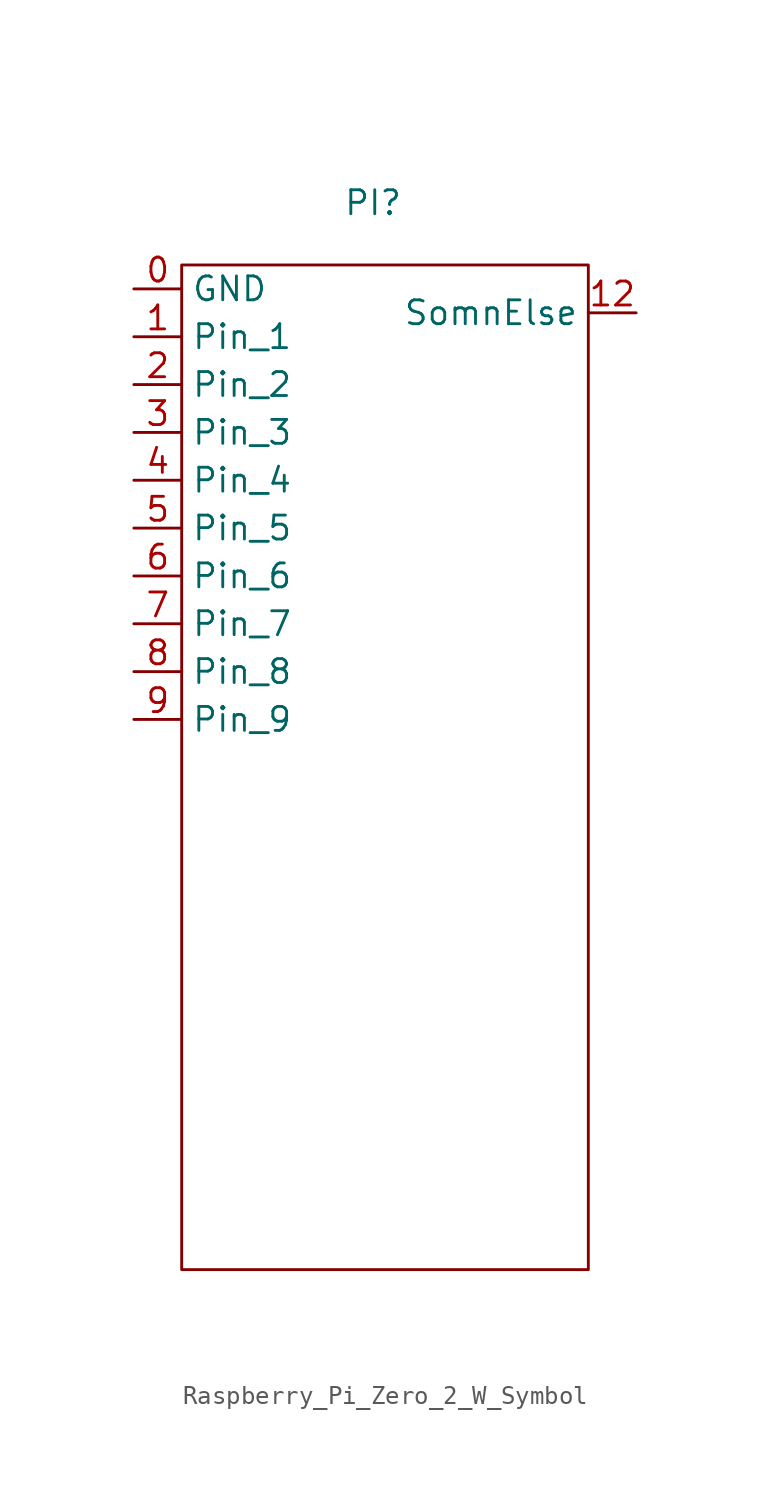
<source format=kicad_sym>
(kicad_symbol_lib
  (version 20231120)
  (generator "kicad_symbol_editor")
  (generator_version "8.0")
  (symbol "Raspberry_Pi_Zero_2_W_Symbol"
    (property "Reference" "PI"
      (at 0 21.082 0)
      (effects (font (size 1.27 1.27))))
    (property "Value" ""
      (at 0 0 0)
      (effects (font (size 1.27 1.27))))
    (symbol "Raspberry_Pi_Zero_2_W_Symbol_0_1"
      (rectangle (start -10.16 17.78) (end 11.43 -35.56) (stroke (width 0) (type default)) (fill (type none))))
    (symbol "Raspberry_Pi_Zero_2_W_Symbol_1_1"
      (pin input line (at -12.7 16.51 0) (length 2.54) (name "GND" (effects (font (size 1.27 1.27)))) (number "0" (effects (font (size 1.27 1.27)))))
      (pin input line (at -12.7 13.97 0) (length 2.54) (name "Pin_1" (effects (font (size 1.27 1.27)))) (number "1" (effects (font (size 1.27 1.27)))))
      (pin input line (at 13.97 15.24 180) (length 2.54) (name "SomnElse" (effects (font (size 1.27 1.27)))) (number "12" (effects (font (size 1.27 1.27)))))
      (pin input line (at -12.7 11.43 0) (length 2.54) (name "Pin_2" (effects (font (size 1.27 1.27)))) (number "2" (effects (font (size 1.27 1.27)))))
      (pin input line (at -12.7 8.89 0) (length 2.54) (name "Pin_3" (effects (font (size 1.27 1.27)))) (number "3" (effects (font (size 1.27 1.27)))))
      (pin input line (at -12.7 6.35 0) (length 2.54) (name "Pin_4" (effects (font (size 1.27 1.27)))) (number "4" (effects (font (size 1.27 1.27)))))
      (pin input line (at -12.7 3.81 0) (length 2.54) (name "Pin_5" (effects (font (size 1.27 1.27)))) (number "5" (effects (font (size 1.27 1.27)))))
      (pin input line (at -12.7 1.27 0) (length 2.54) (name "Pin_6" (effects (font (size 1.27 1.27)))) (number "6" (effects (font (size 1.27 1.27)))))
      (pin input line (at -12.7 -1.27 0) (length 2.54) (name "Pin_7" (effects (font (size 1.27 1.27)))) (number "7" (effects (font (size 1.27 1.27)))))
      (pin input line (at -12.7 -3.81 0) (length 2.54) (name "Pin_8" (effects (font (size 1.27 1.27)))) (number "8" (effects (font (size 1.27 1.27)))))
      (pin input line (at -12.7 -6.35 0) (length 2.54) (name "Pin_9" (effects (font (size 1.27 1.27)))) (number "9" (effects (font (size 1.27 1.27))))))))
</source>
